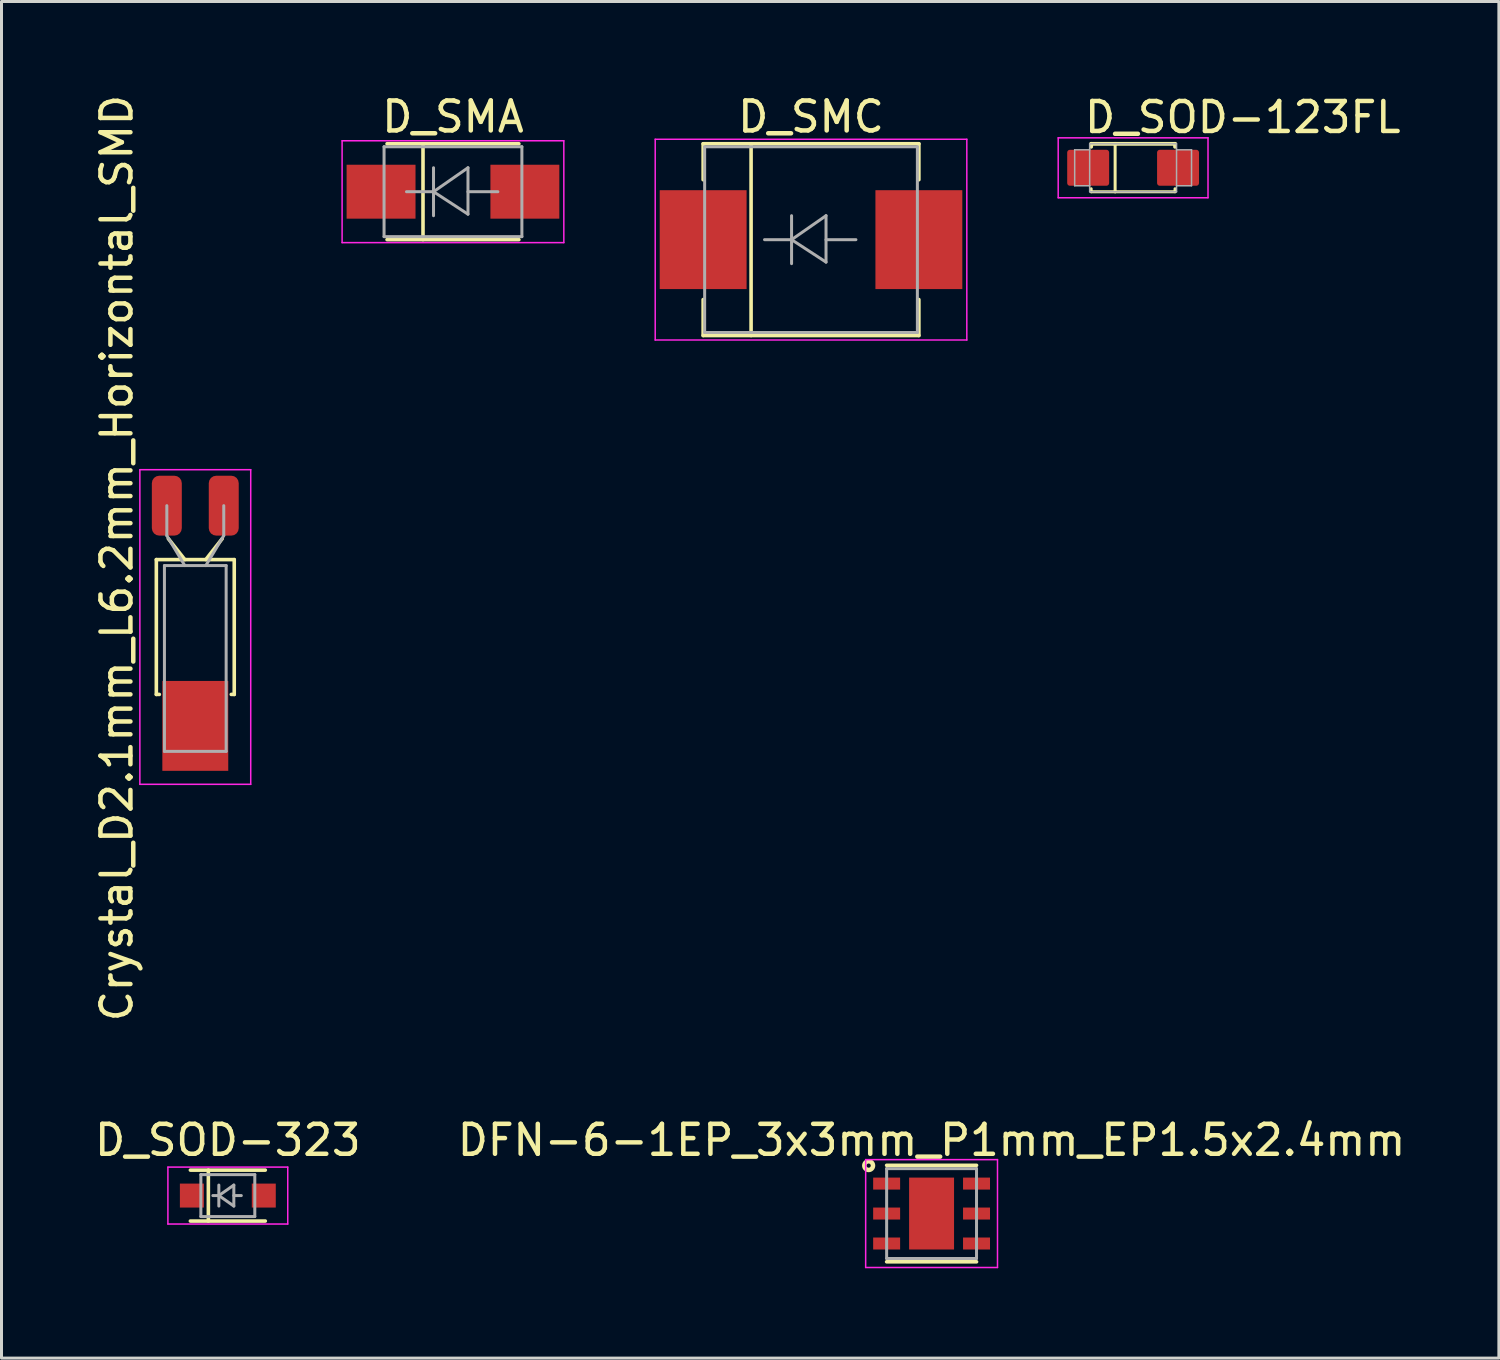
<source format=kicad_pcb>
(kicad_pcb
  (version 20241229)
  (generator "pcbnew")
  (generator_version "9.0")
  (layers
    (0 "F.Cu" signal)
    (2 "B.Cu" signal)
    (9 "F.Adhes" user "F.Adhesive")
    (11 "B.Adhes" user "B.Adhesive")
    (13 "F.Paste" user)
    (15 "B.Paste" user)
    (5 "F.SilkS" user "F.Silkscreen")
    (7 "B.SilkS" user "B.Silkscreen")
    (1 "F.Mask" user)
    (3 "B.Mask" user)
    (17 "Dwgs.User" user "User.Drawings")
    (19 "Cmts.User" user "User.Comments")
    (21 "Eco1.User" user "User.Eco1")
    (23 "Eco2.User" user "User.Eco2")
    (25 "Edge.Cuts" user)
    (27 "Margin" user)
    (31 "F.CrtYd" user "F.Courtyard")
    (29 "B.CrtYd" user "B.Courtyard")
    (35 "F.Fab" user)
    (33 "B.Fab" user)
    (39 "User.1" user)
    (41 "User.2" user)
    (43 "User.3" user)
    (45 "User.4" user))
  (footprint "D_SMA"
    (layer "F.Cu")
    (at 12.068 3.348)
    (property "Reference" "D_SMA" (at 0 -2.5 0) (layer "F.SilkS") (effects (font (size 1 1) (thickness 0.15))))
    (attr smd)
    (fp_line (start -2.2 -1.6) (end 2.2 -1.6) (stroke (width 0.12) (type solid)) (layer "F.SilkS"))
    (fp_line (start -2.2 1.6) (end 2.2 1.6) (stroke (width 0.12) (type solid)) (layer "F.SilkS"))
    (fp_line (start -1 -1.6) (end -1 1.6) (stroke (width 0.12) (type solid)) (layer "F.SilkS"))
    (fp_line (start -3.7 -1.7) (end 3.7 -1.7) (stroke (width 0.05) (type solid)) (layer "F.CrtYd"))
    (fp_line (start -3.7 1.7) (end -3.7 -1.7) (stroke (width 0.05) (type solid)) (layer "F.CrtYd"))
    (fp_line (start 3.7 -1.7) (end 3.7 1.7) (stroke (width 0.05) (type solid)) (layer "F.CrtYd"))
    (fp_line (start 3.7 1.7) (end -3.7 1.7) (stroke (width 0.05) (type solid)) (layer "F.CrtYd"))
    (fp_line (start -2.3 1.5) (end -2.3 -1.5) (stroke (width 0.1) (type solid)) (layer "F.Fab"))
    (fp_line (start -0.649 -0.799) (end -0.649 0.801) (stroke (width 0.1) (type solid)) (layer "F.Fab"))
    (fp_line (start -0.649 0.001) (end -1.551 0.001) (stroke (width 0.1) (type solid)) (layer "F.Fab"))
    (fp_line (start -0.649 0.001) (end 0.501 -0.799) (stroke (width 0.1) (type solid)) (layer "F.Fab"))
    (fp_line (start -0.649 0.001) (end 0.501 0.75) (stroke (width 0.1) (type solid)) (layer "F.Fab"))
    (fp_line (start 0.501 0.001) (end 1.499 0.001) (stroke (width 0.1) (type solid)) (layer "F.Fab"))
    (fp_line (start 0.501 0.75) (end 0.501 -0.799) (stroke (width 0.1) (type solid)) (layer "F.Fab"))
    (fp_line (start 2.3 -1.5) (end -2.3 -1.5) (stroke (width 0.1) (type solid)) (layer "F.Fab"))
    (fp_line (start 2.3 -1.5) (end 2.3 1.5) (stroke (width 0.1) (type solid)) (layer "F.Fab"))
    (fp_line (start 2.3 1.5) (end -2.3 1.5) (stroke (width 0.1) (type solid)) (layer "F.Fab"))
    (pad "1" smd rect (at -2.4 0) (size 2.3 1.8) (layers "F.Cu" "F.Mask" "F.Paste"))
    (pad "2" smd rect (at 2.4 0) (size 2.3 1.8) (layers "F.Cu" "F.Mask" "F.Paste")))
  (footprint "D_SOD-323"
    (layer "F.Cu")
    (at 4.554 36.853)
    (property "Reference" "D_SOD-323" (at 0 -1.85 0) (layer "F.SilkS") (effects (font (size 1 1) (thickness 0.15))))
    (attr smd)
    (fp_line (start -1.25 -0.85) (end 1.25 -0.85) (stroke (width 0.12) (type solid)) (layer "F.SilkS"))
    (fp_line (start -1.25 0.85) (end 1.25 0.85) (stroke (width 0.12) (type solid)) (layer "F.SilkS"))
    (fp_line (start -0.65 -0.85) (end -0.65 0.85) (stroke (width 0.12) (type solid)) (layer "F.SilkS"))
    (fp_line (start -2 -0.95) (end -2 0.95) (stroke (width 0.05) (type solid)) (layer "F.CrtYd"))
    (fp_line (start -2 -0.95) (end 2 -0.95) (stroke (width 0.05) (type solid)) (layer "F.CrtYd"))
    (fp_line (start -2 0.95) (end 2 0.95) (stroke (width 0.05) (type solid)) (layer "F.CrtYd"))
    (fp_line (start 2 -0.95) (end 2 0.95) (stroke (width 0.05) (type solid)) (layer "F.CrtYd"))
    (fp_line (start -0.9 -0.7) (end 0.9 -0.7) (stroke (width 0.1) (type solid)) (layer "F.Fab"))
    (fp_line (start -0.9 0.7) (end -0.9 -0.7) (stroke (width 0.1) (type solid)) (layer "F.Fab"))
    (fp_line (start -0.3 -0.35) (end -0.3 0.35) (stroke (width 0.1) (type solid)) (layer "F.Fab"))
    (fp_line (start -0.3 0) (end -0.5 0) (stroke (width 0.1) (type solid)) (layer "F.Fab"))
    (fp_line (start -0.3 0) (end 0.2 -0.35) (stroke (width 0.1) (type solid)) (layer "F.Fab"))
    (fp_line (start 0.2 -0.35) (end 0.2 0.35) (stroke (width 0.1) (type solid)) (layer "F.Fab"))
    (fp_line (start 0.2 0) (end 0.45 0) (stroke (width 0.1) (type solid)) (layer "F.Fab"))
    (fp_line (start 0.2 0.35) (end -0.3 0) (stroke (width 0.1) (type solid)) (layer "F.Fab"))
    (fp_line (start 0.9 -0.7) (end 0.9 0.7) (stroke (width 0.1) (type solid)) (layer "F.Fab"))
    (fp_line (start 0.9 0.7) (end -0.9 0.7) (stroke (width 0.1) (type solid)) (layer "F.Fab"))
    (pad "1" smd rect (at -1.2 0) (size 0.8 0.8) (layers "F.Cu" "F.Mask" "F.Paste"))
    (pad "2" smd rect (at 1.2 0) (size 0.8 0.8) (layers "F.Cu" "F.Mask" "F.Paste")))
  (footprint "DFN-6-1EP_3x3mm_P1mm_EP1.5x2.4mm"
    (layer "F.Cu")
    (at 28.042 37.453)
    (property "Reference" "DFN-6-1EP_3x3mm_P1mm_EP1.5x2.4mm" (at 0 -2.45 0) (layer "F.SilkS") (effects (font (size 1 1) (thickness 0.15))))
    (attr smd)
    (fp_line (start -1.5 -1.61) (end 1.5 -1.61) (stroke (width 0.12) (type solid)) (layer "F.SilkS"))
    (fp_line (start -1.5 1.61) (end 1.5 1.61) (stroke (width 0.12) (type solid)) (layer "F.SilkS"))
    (fp_circle (center -2.1 -1.6) (end -2.03 -1.6) (stroke (width 0.15) (type solid)) (fill no) (layer "F.SilkS"))
    (fp_line (start -2.2 -1.8) (end -2.2 1.8) (stroke (width 0.05) (type solid)) (layer "F.CrtYd"))
    (fp_line (start -2.2 1.8) (end 2.2 1.8) (stroke (width 0.05) (type solid)) (layer "F.CrtYd"))
    (fp_line (start 2.2 -1.8) (end -2.2 -1.8) (stroke (width 0.05) (type solid)) (layer "F.CrtYd"))
    (fp_line (start 2.2 1.8) (end 2.2 -1.8) (stroke (width 0.05) (type solid)) (layer "F.CrtYd"))
    (fp_line (start -1.5 -1.5) (end 1.5 -1.5) (stroke (width 0.1) (type solid)) (layer "F.Fab"))
    (fp_line (start -1.5 1.5) (end -1.5 -1.5) (stroke (width 0.1) (type solid)) (layer "F.Fab"))
    (fp_line (start 1.5 -1.5) (end 1.5 1.5) (stroke (width 0.1) (type solid)) (layer "F.Fab"))
    (fp_line (start 1.5 1.5) (end -1.5 1.5) (stroke (width 0.1) (type solid)) (layer "F.Fab"))
    (pad "" smd roundrect (at -0.375 -0.6) (size 0.6 0.97) (layers "F.Paste") (roundrect_rratio 0.25))
    (pad "" smd roundrect (at -0.375 0.6) (size 0.6 0.97) (layers "F.Paste") (roundrect_rratio 0.25))
    (pad "" smd roundrect (at 0.375 -0.6) (size 0.6 0.97) (layers "F.Paste") (roundrect_rratio 0.25))
    (pad "" smd roundrect (at 0.375 0.6) (size 0.6 0.97) (layers "F.Paste") (roundrect_rratio 0.25))
    (pad "1" smd rect (at -1.5 -1) (size 0.9 0.4) (layers "F.Cu" "F.Mask" "F.Paste"))
    (pad "2" smd rect (at -1.5 0) (size 0.9 0.4) (layers "F.Cu" "F.Mask" "F.Paste"))
    (pad "3" smd rect (at -1.5 1) (size 0.9 0.4) (layers "F.Cu" "F.Mask" "F.Paste"))
    (pad "4" smd rect (at 1.5 1) (size 0.9 0.4) (layers "F.Cu" "F.Mask" "F.Paste"))
    (pad "5" smd rect (at 1.5 0) (size 0.9 0.4) (layers "F.Cu" "F.Mask" "F.Paste"))
    (pad "6" smd rect (at 1.5 -1) (size 0.9 0.4) (layers "F.Cu" "F.Mask" "F.Paste"))
    (pad "EP" smd rect (at 0 0) (size 1.5 2.4) (layers "F.Cu" "F.Mask" "F.Paste")))
  (footprint "Crystal_D2.1mm_L6.2mm_Horizontal_SMD"
    (layer "F.Cu")
    (at 2.518 13.827)
    (property "Reference" "Crystal_D2.1mm_L6.2mm_Horizontal_SMD" (at -1.67 1.75 90) (layer "F.SilkS") (effects (font (size 1 1) (thickness 0.15))))
    (attr through_hole)
    (fp_line (start -0.35 1.8) (end 2.25 1.8) (stroke (width 0.12) (type solid)) (layer "F.SilkS"))
    (fp_line (start -0.35 6.3) (end -0.35 1.8) (stroke (width 0.12) (type solid)) (layer "F.SilkS"))
    (fp_line (start -0.35 6.3) (end -0.25 6.3) (stroke (width 0.12) (type default)) (layer "F.SilkS"))
    (fp_line (start 0.6 1.8) (end 0.05 1.1) (stroke (width 0.12) (type solid)) (layer "F.SilkS"))
    (fp_line (start 1.3 1.8) (end 1.85 1.1) (stroke (width 0.12) (type solid)) (layer "F.SilkS"))
    (fp_line (start 2.25 1.8) (end 2.25 6.3) (stroke (width 0.12) (type solid)) (layer "F.SilkS"))
    (fp_line (start 2.25 6.3) (end 2.15 6.3) (stroke (width 0.12) (type default)) (layer "F.SilkS"))
    (fp_line (start -0.9 -1.2) (end -0.9 9.3) (stroke (width 0.05) (type solid)) (layer "F.CrtYd"))
    (fp_line (start -0.9 9.3) (end 2.8 9.3) (stroke (width 0.05) (type solid)) (layer "F.CrtYd"))
    (fp_line (start 2.8 -1.2) (end -0.9 -1.2) (stroke (width 0.05) (type solid)) (layer "F.CrtYd"))
    (fp_line (start 2.8 9.3) (end 2.8 -1.2) (stroke (width 0.05) (type solid)) (layer "F.CrtYd"))
    (fp_line (start -0.08 2) (end -0.08 8.2) (stroke (width 0.1) (type solid)) (layer "F.Fab"))
    (fp_line (start -0.08 8.2) (end 1.98 8.2) (stroke (width 0.1) (type solid)) (layer "F.Fab"))
    (fp_line (start 0 1) (end 0 0) (stroke (width 0.1) (type solid)) (layer "F.Fab"))
    (fp_line (start 0.6 2) (end 0 1) (stroke (width 0.1) (type solid)) (layer "F.Fab"))
    (fp_line (start 1.3 2) (end 1.9 1) (stroke (width 0.1) (type solid)) (layer "F.Fab"))
    (fp_line (start 1.9 1) (end 1.9 0) (stroke (width 0.1) (type solid)) (layer "F.Fab"))
    (fp_line (start 1.98 2) (end -0.08 2) (stroke (width 0.1) (type solid)) (layer "F.Fab"))
    (fp_line (start 1.98 8.2) (end 1.98 2) (stroke (width 0.1) (type solid)) (layer "F.Fab"))
    (pad "1" smd roundrect (at 0 0) (size 1 2) (layers "F.Cu" "F.Mask" "F.Paste") (roundrect_rratio 0.25))
    (pad "2" smd roundrect (at 1.9 0) (size 1 2) (layers "F.Cu" "F.Mask" "F.Paste") (roundrect_rratio 0.25))
    (pad "3" smd rect (at 0.95 7.35) (size 2.2 3) (layers "F.Cu" "F.Mask" "F.Paste")))
  (footprint "D_SMC"
    (layer "F.Cu")
    (at 24.018 4.948)
    (property "Reference" "D_SMC" (at 0 -4.1 0) (layer "F.SilkS") (effects (font (size 1 1) (thickness 0.15))))
    (attr smd)
    (fp_line (start -3.6 -3.2) (end -3.6 -2) (stroke (width 0.12) (type solid)) (layer "F.SilkS"))
    (fp_line (start -3.6 -3.2) (end 3.6 -3.2) (stroke (width 0.12) (type solid)) (layer "F.SilkS"))
    (fp_line (start -3.6 3.2) (end -3.6 2) (stroke (width 0.12) (type solid)) (layer "F.SilkS"))
    (fp_line (start -3.6 3.2) (end 3.6 3.2) (stroke (width 0.12) (type solid)) (layer "F.SilkS"))
    (fp_line (start -2 3.2) (end -2 -3.2) (stroke (width 0.12) (type solid)) (layer "F.SilkS"))
    (fp_line (start 3.6 -3.2) (end 3.6 -2) (stroke (width 0.12) (type solid)) (layer "F.SilkS"))
    (fp_line (start 3.6 3.2) (end 3.6 2) (stroke (width 0.12) (type solid)) (layer "F.SilkS"))
    (fp_line (start -5.2 -3.35) (end 5.2 -3.35) (stroke (width 0.05) (type solid)) (layer "F.CrtYd"))
    (fp_line (start -5.2 3.35) (end -5.2 -3.35) (stroke (width 0.05) (type solid)) (layer "F.CrtYd"))
    (fp_line (start 5.2 -3.35) (end 5.2 3.35) (stroke (width 0.05) (type solid)) (layer "F.CrtYd"))
    (fp_line (start 5.2 3.35) (end -5.2 3.35) (stroke (width 0.05) (type solid)) (layer "F.CrtYd"))
    (fp_line (start -3.55 3.1) (end -3.55 -3.1) (stroke (width 0.1) (type solid)) (layer "F.Fab"))
    (fp_line (start -0.649 -0.799) (end -0.649 0.801) (stroke (width 0.1) (type solid)) (layer "F.Fab"))
    (fp_line (start -0.649 0.001) (end -1.551 0.001) (stroke (width 0.1) (type solid)) (layer "F.Fab"))
    (fp_line (start -0.649 0.001) (end 0.501 -0.799) (stroke (width 0.1) (type solid)) (layer "F.Fab"))
    (fp_line (start -0.649 0.001) (end 0.501 0.75) (stroke (width 0.1) (type solid)) (layer "F.Fab"))
    (fp_line (start 0.501 0.001) (end 1.499 0.001) (stroke (width 0.1) (type solid)) (layer "F.Fab"))
    (fp_line (start 0.501 0.75) (end 0.501 -0.799) (stroke (width 0.1) (type solid)) (layer "F.Fab"))
    (fp_line (start 3.55 -3.1) (end -3.55 -3.1) (stroke (width 0.1) (type solid)) (layer "F.Fab"))
    (fp_line (start 3.55 -3.1) (end 3.55 3.1) (stroke (width 0.1) (type solid)) (layer "F.Fab"))
    (fp_line (start 3.55 3.1) (end -3.55 3.1) (stroke (width 0.1) (type solid)) (layer "F.Fab"))
    (pad "1" smd rect (at -3.6 0 90) (size 3.3 2.9) (layers "F.Cu" "F.Mask" "F.Paste"))
    (pad "2" smd rect (at 3.6 0 90) (size 3.3 2.9) (layers "F.Cu" "F.Mask" "F.Paste")))
  (footprint "D_SOD-123FL"
    (layer "F.Cu")
    (at 34.768 2.55)
    (property "Reference" "D_SOD-123FL" (at -1.7 -1.1 180) (layer "F.SilkS") (effects (font (size 1 1) (thickness 0.15)) (justify left bottom)))
    (attr smd)
    (fp_line (start -1.4 -0.8) (end -0.6 -0.8) (stroke (width 0.127) (type solid)) (layer "F.SilkS"))
    (fp_line (start -1.4 -0.7) (end -1.4 -0.8) (stroke (width 0.127) (type solid)) (layer "F.SilkS"))
    (fp_line (start -1.4 0.7) (end -1.4 0.8) (stroke (width 0.1) (type solid)) (layer "F.SilkS"))
    (fp_line (start -1.4 0.8) (end -0.6 0.8) (stroke (width 0.1) (type solid)) (layer "F.SilkS"))
    (fp_line (start -0.6 -0.8) (end -0.6 0.8) (stroke (width 0.1) (type solid)) (layer "F.SilkS"))
    (fp_line (start -0.6 -0.8) (end 1.4 -0.8) (stroke (width 0.127) (type solid)) (layer "F.SilkS"))
    (fp_line (start -0.6 0.8) (end 1.4 0.8) (stroke (width 0.1) (type solid)) (layer "F.SilkS"))
    (fp_line (start 1.4 -0.8) (end 1.4 -0.7) (stroke (width 0.127) (type solid)) (layer "F.SilkS"))
    (fp_line (start 1.4 0.8) (end 1.4 0.7) (stroke (width 0.1) (type solid)) (layer "F.SilkS"))
    (fp_line (start -2.5 -1) (end -2.5 1) (stroke (width 0.05) (type solid)) (layer "F.CrtYd"))
    (fp_line (start -2.5 1) (end 2.5 1) (stroke (width 0.05) (type solid)) (layer "F.CrtYd"))
    (fp_line (start 2.5 -1) (end -2.5 -1) (stroke (width 0.05) (type solid)) (layer "F.CrtYd"))
    (fp_line (start 2.5 1) (end 2.5 -1) (stroke (width 0.05) (type solid)) (layer "F.CrtYd"))
    (fp_line (start -1.95 -0.6) (end -1.95 0.6) (stroke (width 0.05) (type solid)) (layer "F.Fab"))
    (fp_line (start -1.95 -0.6) (end -1.45 -0.6) (stroke (width 0.05) (type solid)) (layer "F.Fab"))
    (fp_line (start -1.95 0.6) (end -1.45 0.6) (stroke (width 0.05) (type solid)) (layer "F.Fab"))
    (fp_line (start -1.45 -0.8) (end 1.45 -0.8) (stroke (width 0.05) (type solid)) (layer "F.Fab"))
    (fp_line (start -1.45 -0.6) (end -1.45 -0.8) (stroke (width 0.05) (type solid)) (layer "F.Fab"))
    (fp_line (start -1.45 0.6) (end -1.45 -0.6) (stroke (width 0.05) (type solid)) (layer "F.Fab"))
    (fp_line (start -1.45 0.8) (end -1.45 0.6) (stroke (width 0.05) (type solid)) (layer "F.Fab"))
    (fp_line (start 1.45 -0.8) (end 1.45 -0.6) (stroke (width 0.05) (type solid)) (layer "F.Fab"))
    (fp_line (start 1.45 -0.6) (end 1.45 0.6) (stroke (width 0.05) (type solid)) (layer "F.Fab"))
    (fp_line (start 1.45 -0.6) (end 1.95 -0.6) (stroke (width 0.05) (type solid)) (layer "F.Fab"))
    (fp_line (start 1.45 0.6) (end 1.45 0.8) (stroke (width 0.05) (type solid)) (layer "F.Fab"))
    (fp_line (start 1.45 0.8) (end -1.45 0.8) (stroke (width 0.05) (type solid)) (layer "F.Fab"))
    (fp_line (start 1.95 -0.6) (end 1.95 0.6) (stroke (width 0.05) (type solid)) (layer "F.Fab"))
    (fp_line (start 1.95 0.6) (end 1.45 0.6) (stroke (width 0.05) (type solid)) (layer "F.Fab"))
    (pad "1" smd roundrect (at -1.5 0) (size 1.4 1.2) (layers "F.Cu" "F.Mask" "F.Paste") (roundrect_rratio 0.075))
    (pad "2" smd roundrect (at 1.5 0) (size 1.4 1.2) (layers "F.Cu" "F.Mask" "F.Paste") (roundrect_rratio 0.075)))
  (gr_rect
    (start -3 -3)
    (end 46.976 42.278)
    (stroke (width 0.1) (type default))
    (fill no)
    (layer "Edge.Cuts")))
</source>
